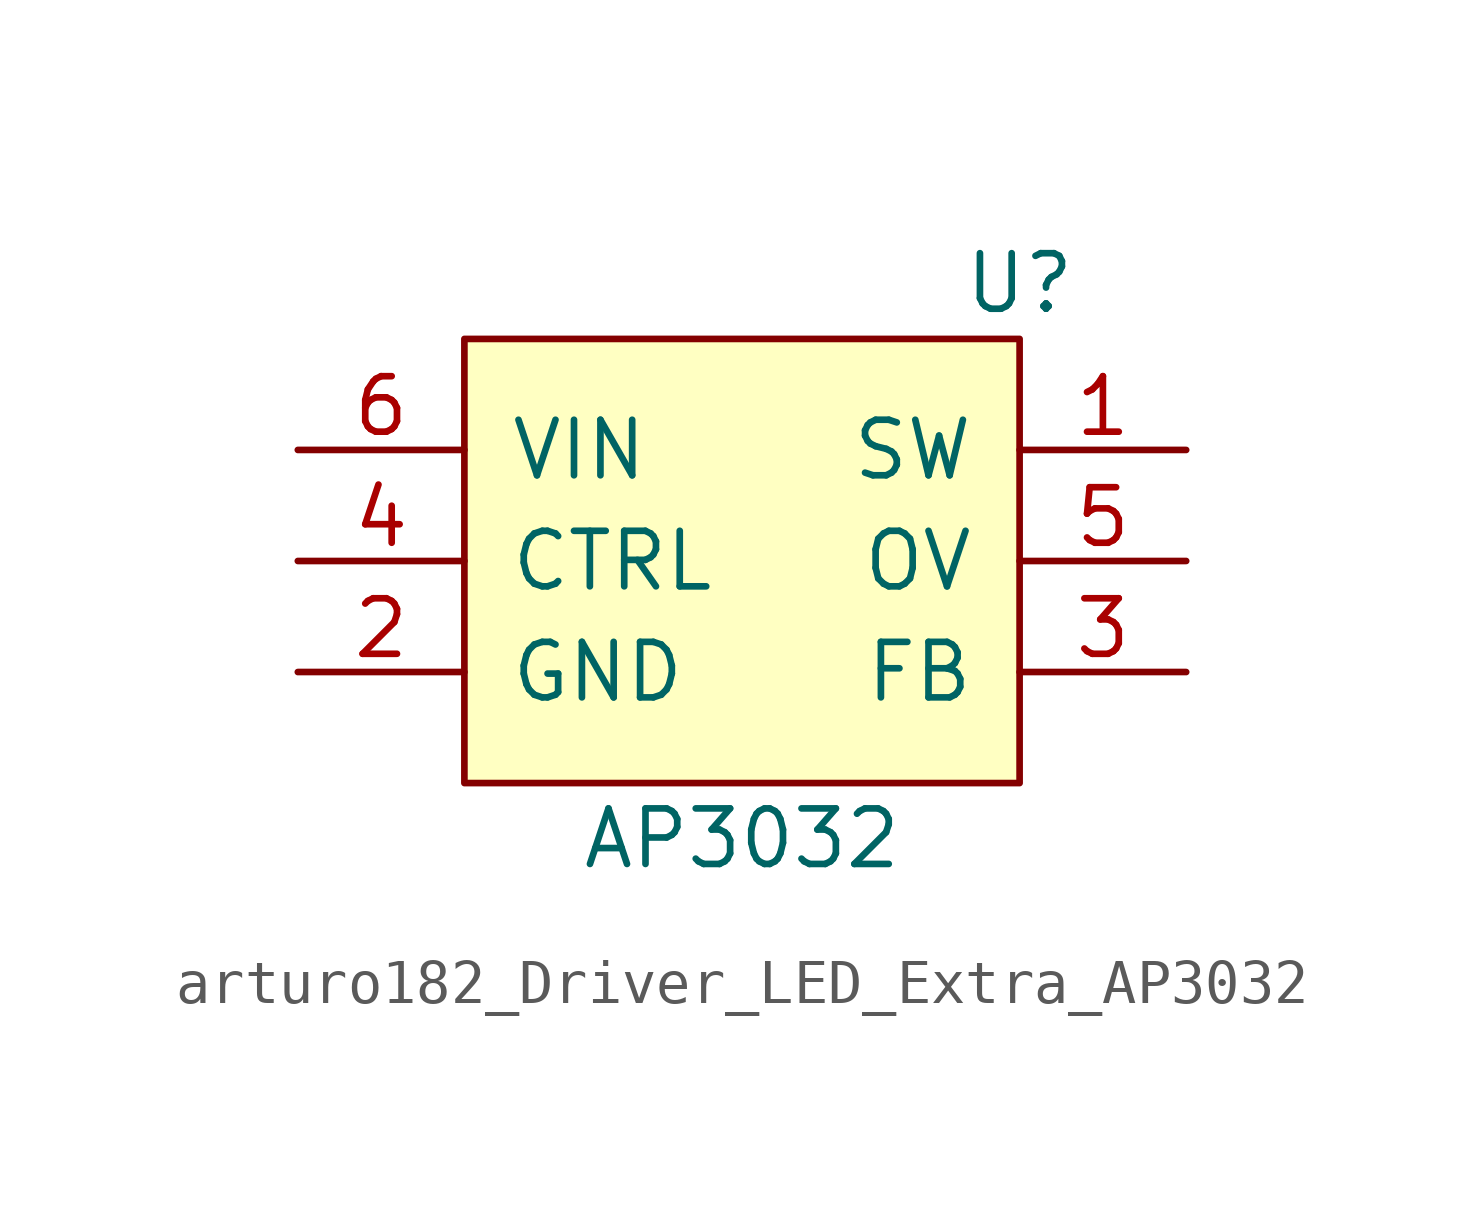
<source format=kicad_sym>
(kicad_symbol_lib
  (version 20220914)
  (generator kicad_symbol_editor)
  (symbol "arturo182_Driver_LED_Extra_AP3032"
    (pin_names
      (offset 1.016))
    (property "Reference" "U"
      (at 6.35 6.35 0)
      (effects (font (size 1.27 1.27))))
    (property "Value" "AP3032"
      (at 0 -6.35 0)
      (effects (font (size 1.27 1.27))))
    (symbol "arturo182_Driver_LED_Extra_AP3032_0_1"
      (rectangle (start -6.35 5.08) (end 6.35 -5.08) (stroke (width 0) (type solid)) (fill (type background))))
    (symbol "arturo182_Driver_LED_Extra_AP3032_1_1"
      (pin power_out line (at 10.16 2.54 180) (length 3.81) (name "SW" (effects (font (size 1.27 1.27)))) (number "1" (effects (font (size 1.27 1.27)))))
      (pin power_in line (at -10.16 -2.54 0) (length 3.81) (name "GND" (effects (font (size 1.27 1.27)))) (number "2" (effects (font (size 1.27 1.27)))))
      (pin output line (at 10.16 -2.54 180) (length 3.81) (name "FB" (effects (font (size 1.27 1.27)))) (number "3" (effects (font (size 1.27 1.27)))))
      (pin input line (at -10.16 0 0) (length 3.81) (name "CTRL" (effects (font (size 1.27 1.27)))) (number "4" (effects (font (size 1.27 1.27)))))
      (pin input line (at 10.16 0 180) (length 3.81) (name "OV" (effects (font (size 1.27 1.27)))) (number "5" (effects (font (size 1.27 1.27)))))
      (pin power_in line (at -10.16 2.54 0) (length 3.81) (name "VIN" (effects (font (size 1.27 1.27)))) (number "6" (effects (font (size 1.27 1.27))))))))
</source>
